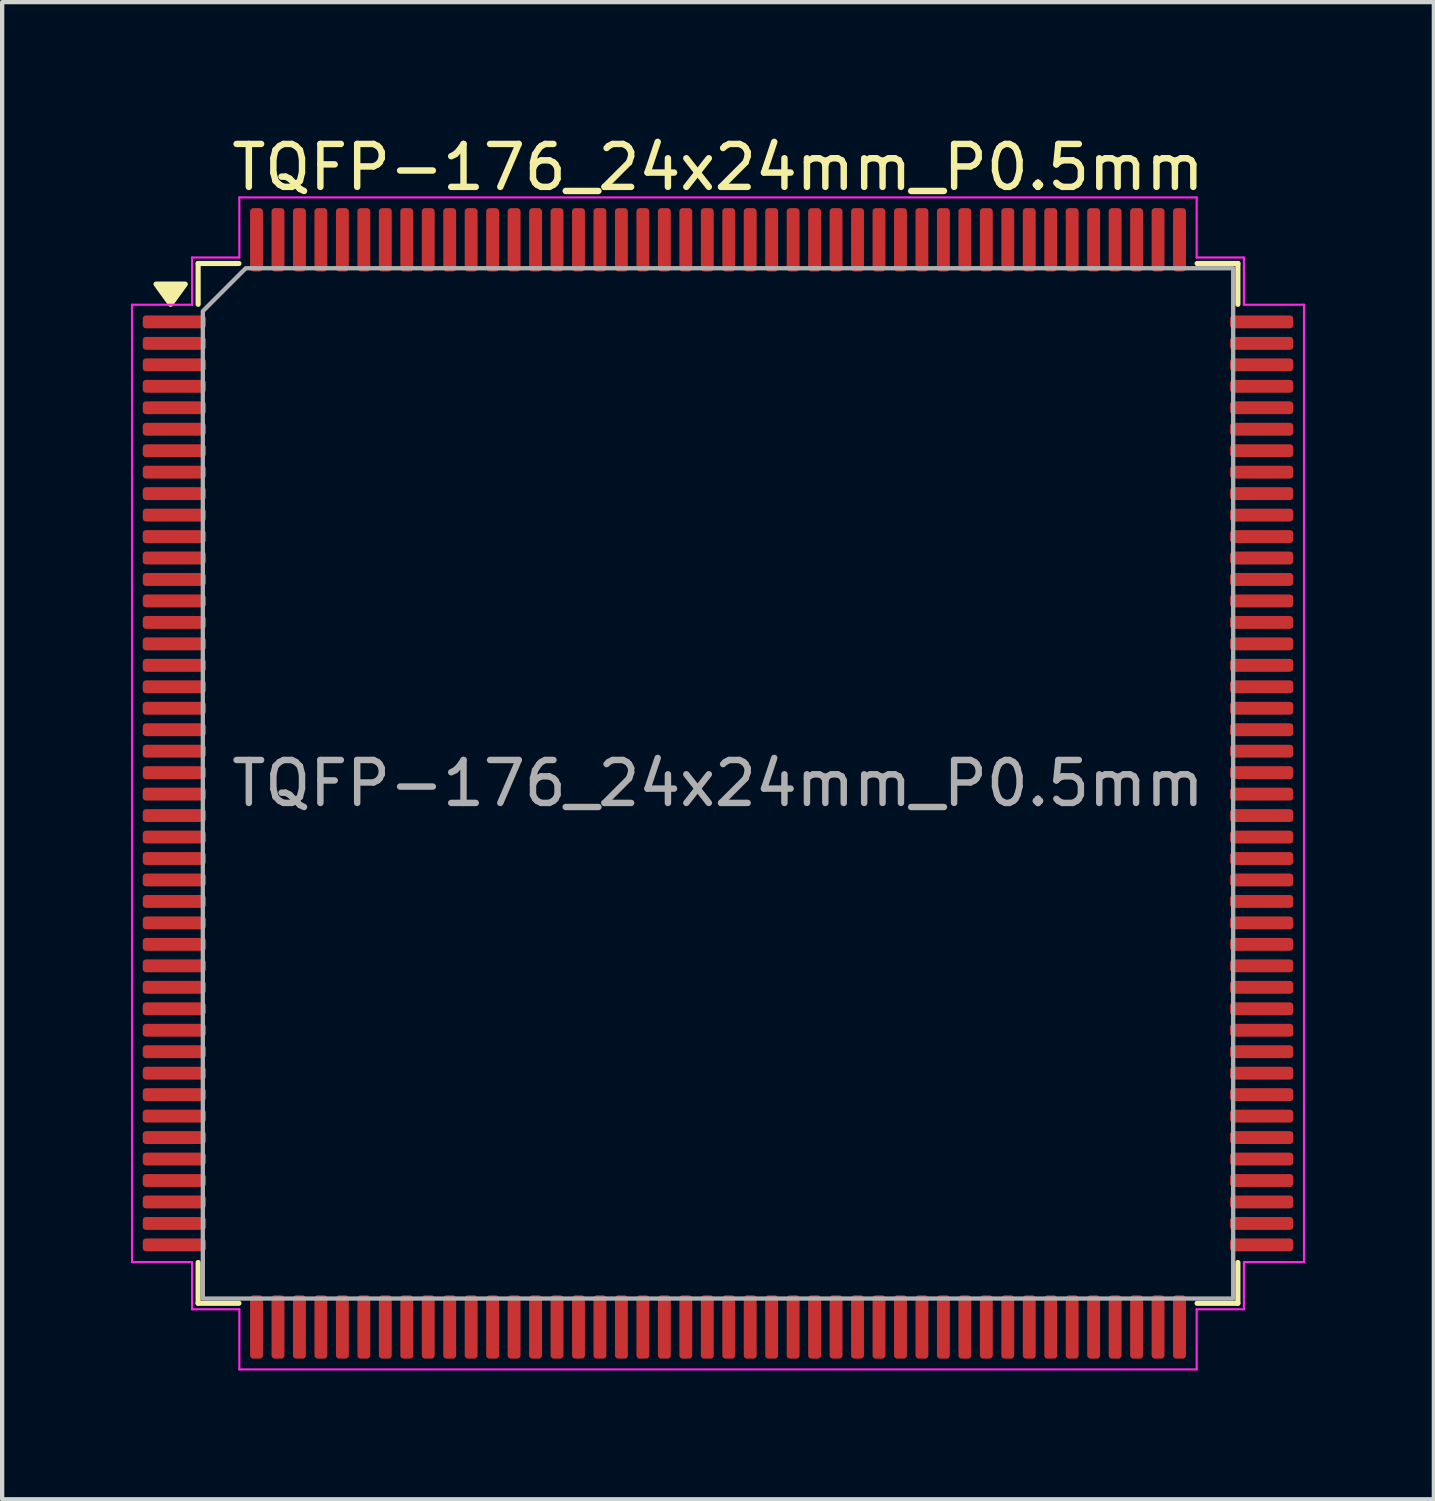
<source format=kicad_pcb>
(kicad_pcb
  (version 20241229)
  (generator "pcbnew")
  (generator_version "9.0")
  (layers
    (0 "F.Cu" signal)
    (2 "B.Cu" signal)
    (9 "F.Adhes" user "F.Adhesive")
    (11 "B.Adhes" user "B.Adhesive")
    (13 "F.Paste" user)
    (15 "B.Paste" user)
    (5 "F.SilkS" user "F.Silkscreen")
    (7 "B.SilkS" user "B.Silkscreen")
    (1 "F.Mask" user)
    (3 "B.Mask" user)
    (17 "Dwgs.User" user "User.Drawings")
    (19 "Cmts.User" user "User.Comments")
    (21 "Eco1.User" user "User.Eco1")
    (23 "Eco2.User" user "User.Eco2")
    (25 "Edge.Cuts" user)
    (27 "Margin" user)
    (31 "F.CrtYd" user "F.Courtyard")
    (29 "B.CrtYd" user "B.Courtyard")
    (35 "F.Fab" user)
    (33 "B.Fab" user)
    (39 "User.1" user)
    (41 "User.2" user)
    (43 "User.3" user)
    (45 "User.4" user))
  (footprint "TQFP-176_24x24mm_P0.5mm"
    (layer "F.Cu")
    (at 13.675 15.198)
    (property "Reference" "TQFP-176_24x24mm_P0.5mm" (at 0 -14.35 0) (layer "F.SilkS") (effects (font (size 1 1) (thickness 0.15))))
    (attr smd)
    (fp_line (start -12.11 -12.11) (end -11.16 -12.11) (stroke (width 0.12) (type solid)) (layer "F.SilkS"))
    (fp_line (start -12.11 -11.16) (end -12.11 -12.11) (stroke (width 0.12) (type solid)) (layer "F.SilkS"))
    (fp_line (start -12.11 12.11) (end -12.11 11.16) (stroke (width 0.12) (type solid)) (layer "F.SilkS"))
    (fp_line (start -11.16 12.11) (end -12.11 12.11) (stroke (width 0.12) (type solid)) (layer "F.SilkS"))
    (fp_line (start 11.16 -12.11) (end 12.11 -12.11) (stroke (width 0.12) (type solid)) (layer "F.SilkS"))
    (fp_line (start 12.11 -12.11) (end 12.11 -11.16) (stroke (width 0.12) (type solid)) (layer "F.SilkS"))
    (fp_line (start 12.11 11.16) (end 12.11 12.11) (stroke (width 0.12) (type solid)) (layer "F.SilkS"))
    (fp_line (start 12.11 12.11) (end 11.16 12.11) (stroke (width 0.12) (type solid)) (layer "F.SilkS"))
    (fp_poly (pts (xy -12.75 -11.16) (xy -13.09 -11.63) (xy -12.41 -11.63)) (stroke (width 0.12) (type solid)) (fill yes) (layer "F.SilkS"))
    (fp_line (start -13.65 -11.15) (end -12.25 -11.15) (stroke (width 0.05) (type solid)) (layer "F.CrtYd"))
    (fp_line (start -13.65 11.15) (end -13.65 -11.15) (stroke (width 0.05) (type solid)) (layer "F.CrtYd"))
    (fp_line (start -12.25 -12.25) (end -11.15 -12.25) (stroke (width 0.05) (type solid)) (layer "F.CrtYd"))
    (fp_line (start -12.25 -11.15) (end -12.25 -12.25) (stroke (width 0.05) (type solid)) (layer "F.CrtYd"))
    (fp_line (start -12.25 11.15) (end -13.65 11.15) (stroke (width 0.05) (type solid)) (layer "F.CrtYd"))
    (fp_line (start -12.25 12.25) (end -12.25 11.15) (stroke (width 0.05) (type solid)) (layer "F.CrtYd"))
    (fp_line (start -11.15 -13.65) (end 11.15 -13.65) (stroke (width 0.05) (type solid)) (layer "F.CrtYd"))
    (fp_line (start -11.15 -12.25) (end -11.15 -13.65) (stroke (width 0.05) (type solid)) (layer "F.CrtYd"))
    (fp_line (start -11.15 12.25) (end -12.25 12.25) (stroke (width 0.05) (type solid)) (layer "F.CrtYd"))
    (fp_line (start -11.15 13.65) (end -11.15 12.25) (stroke (width 0.05) (type solid)) (layer "F.CrtYd"))
    (fp_line (start 11.15 -13.65) (end 11.15 -12.25) (stroke (width 0.05) (type solid)) (layer "F.CrtYd"))
    (fp_line (start 11.15 -12.25) (end 12.25 -12.25) (stroke (width 0.05) (type solid)) (layer "F.CrtYd"))
    (fp_line (start 11.15 12.25) (end 11.15 13.65) (stroke (width 0.05) (type solid)) (layer "F.CrtYd"))
    (fp_line (start 11.15 13.65) (end -11.15 13.65) (stroke (width 0.05) (type solid)) (layer "F.CrtYd"))
    (fp_line (start 12.25 -12.25) (end 12.25 -11.15) (stroke (width 0.05) (type solid)) (layer "F.CrtYd"))
    (fp_line (start 12.25 -11.15) (end 13.65 -11.15) (stroke (width 0.05) (type solid)) (layer "F.CrtYd"))
    (fp_line (start 12.25 11.15) (end 12.25 12.25) (stroke (width 0.05) (type solid)) (layer "F.CrtYd"))
    (fp_line (start 12.25 12.25) (end 11.15 12.25) (stroke (width 0.05) (type solid)) (layer "F.CrtYd"))
    (fp_line (start 13.65 -11.15) (end 13.65 11.15) (stroke (width 0.05) (type solid)) (layer "F.CrtYd"))
    (fp_line (start 13.65 11.15) (end 12.25 11.15) (stroke (width 0.05) (type solid)) (layer "F.CrtYd"))
    (fp_poly (pts (xy -12 -11) (xy -12 12) (xy 12 12) (xy 12 -12) (xy -11 -12)) (stroke (width 0.1) (type solid)) (fill no) (layer "F.Fab"))
    (fp_text user "${REFERENCE}" (at 0 0 0) (layer "F.Fab") (effects (font (size 1 1) (thickness 0.15))))
    (pad "1" smd roundrect (at -12.662 -10.75) (size 1.475 0.3) (layers "F.Cu" "F.Mask" "F.Paste") (roundrect_rratio 0.25))
    (pad "2" smd roundrect (at -12.662 -10.25) (size 1.475 0.3) (layers "F.Cu" "F.Mask" "F.Paste") (roundrect_rratio 0.25))
    (pad "3" smd roundrect (at -12.662 -9.75) (size 1.475 0.3) (layers "F.Cu" "F.Mask" "F.Paste") (roundrect_rratio 0.25))
    (pad "4" smd roundrect (at -12.662 -9.25) (size 1.475 0.3) (layers "F.Cu" "F.Mask" "F.Paste") (roundrect_rratio 0.25))
    (pad "5" smd roundrect (at -12.662 -8.75) (size 1.475 0.3) (layers "F.Cu" "F.Mask" "F.Paste") (roundrect_rratio 0.25))
    (pad "6" smd roundrect (at -12.662 -8.25) (size 1.475 0.3) (layers "F.Cu" "F.Mask" "F.Paste") (roundrect_rratio 0.25))
    (pad "7" smd roundrect (at -12.662 -7.75) (size 1.475 0.3) (layers "F.Cu" "F.Mask" "F.Paste") (roundrect_rratio 0.25))
    (pad "8" smd roundrect (at -12.662 -7.25) (size 1.475 0.3) (layers "F.Cu" "F.Mask" "F.Paste") (roundrect_rratio 0.25))
    (pad "9" smd roundrect (at -12.662 -6.75) (size 1.475 0.3) (layers "F.Cu" "F.Mask" "F.Paste") (roundrect_rratio 0.25))
    (pad "10" smd roundrect (at -12.662 -6.25) (size 1.475 0.3) (layers "F.Cu" "F.Mask" "F.Paste") (roundrect_rratio 0.25))
    (pad "11" smd roundrect (at -12.662 -5.75) (size 1.475 0.3) (layers "F.Cu" "F.Mask" "F.Paste") (roundrect_rratio 0.25))
    (pad "12" smd roundrect (at -12.662 -5.25) (size 1.475 0.3) (layers "F.Cu" "F.Mask" "F.Paste") (roundrect_rratio 0.25))
    (pad "13" smd roundrect (at -12.662 -4.75) (size 1.475 0.3) (layers "F.Cu" "F.Mask" "F.Paste") (roundrect_rratio 0.25))
    (pad "14" smd roundrect (at -12.662 -4.25) (size 1.475 0.3) (layers "F.Cu" "F.Mask" "F.Paste") (roundrect_rratio 0.25))
    (pad "15" smd roundrect (at -12.662 -3.75) (size 1.475 0.3) (layers "F.Cu" "F.Mask" "F.Paste") (roundrect_rratio 0.25))
    (pad "16" smd roundrect (at -12.662 -3.25) (size 1.475 0.3) (layers "F.Cu" "F.Mask" "F.Paste") (roundrect_rratio 0.25))
    (pad "17" smd roundrect (at -12.662 -2.75) (size 1.475 0.3) (layers "F.Cu" "F.Mask" "F.Paste") (roundrect_rratio 0.25))
    (pad "18" smd roundrect (at -12.662 -2.25) (size 1.475 0.3) (layers "F.Cu" "F.Mask" "F.Paste") (roundrect_rratio 0.25))
    (pad "19" smd roundrect (at -12.662 -1.75) (size 1.475 0.3) (layers "F.Cu" "F.Mask" "F.Paste") (roundrect_rratio 0.25))
    (pad "20" smd roundrect (at -12.662 -1.25) (size 1.475 0.3) (layers "F.Cu" "F.Mask" "F.Paste") (roundrect_rratio 0.25))
    (pad "21" smd roundrect (at -12.662 -0.75) (size 1.475 0.3) (layers "F.Cu" "F.Mask" "F.Paste") (roundrect_rratio 0.25))
    (pad "22" smd roundrect (at -12.662 -0.25) (size 1.475 0.3) (layers "F.Cu" "F.Mask" "F.Paste") (roundrect_rratio 0.25))
    (pad "23" smd roundrect (at -12.662 0.25) (size 1.475 0.3) (layers "F.Cu" "F.Mask" "F.Paste") (roundrect_rratio 0.25))
    (pad "24" smd roundrect (at -12.662 0.75) (size 1.475 0.3) (layers "F.Cu" "F.Mask" "F.Paste") (roundrect_rratio 0.25))
    (pad "25" smd roundrect (at -12.662 1.25) (size 1.475 0.3) (layers "F.Cu" "F.Mask" "F.Paste") (roundrect_rratio 0.25))
    (pad "26" smd roundrect (at -12.662 1.75) (size 1.475 0.3) (layers "F.Cu" "F.Mask" "F.Paste") (roundrect_rratio 0.25))
    (pad "27" smd roundrect (at -12.662 2.25) (size 1.475 0.3) (layers "F.Cu" "F.Mask" "F.Paste") (roundrect_rratio 0.25))
    (pad "28" smd roundrect (at -12.662 2.75) (size 1.475 0.3) (layers "F.Cu" "F.Mask" "F.Paste") (roundrect_rratio 0.25))
    (pad "29" smd roundrect (at -12.662 3.25) (size 1.475 0.3) (layers "F.Cu" "F.Mask" "F.Paste") (roundrect_rratio 0.25))
    (pad "30" smd roundrect (at -12.662 3.75) (size 1.475 0.3) (layers "F.Cu" "F.Mask" "F.Paste") (roundrect_rratio 0.25))
    (pad "31" smd roundrect (at -12.662 4.25) (size 1.475 0.3) (layers "F.Cu" "F.Mask" "F.Paste") (roundrect_rratio 0.25))
    (pad "32" smd roundrect (at -12.662 4.75) (size 1.475 0.3) (layers "F.Cu" "F.Mask" "F.Paste") (roundrect_rratio 0.25))
    (pad "33" smd roundrect (at -12.662 5.25) (size 1.475 0.3) (layers "F.Cu" "F.Mask" "F.Paste") (roundrect_rratio 0.25))
    (pad "34" smd roundrect (at -12.662 5.75) (size 1.475 0.3) (layers "F.Cu" "F.Mask" "F.Paste") (roundrect_rratio 0.25))
    (pad "35" smd roundrect (at -12.662 6.25) (size 1.475 0.3) (layers "F.Cu" "F.Mask" "F.Paste") (roundrect_rratio 0.25))
    (pad "36" smd roundrect (at -12.662 6.75) (size 1.475 0.3) (layers "F.Cu" "F.Mask" "F.Paste") (roundrect_rratio 0.25))
    (pad "37" smd roundrect (at -12.662 7.25) (size 1.475 0.3) (layers "F.Cu" "F.Mask" "F.Paste") (roundrect_rratio 0.25))
    (pad "38" smd roundrect (at -12.662 7.75) (size 1.475 0.3) (layers "F.Cu" "F.Mask" "F.Paste") (roundrect_rratio 0.25))
    (pad "39" smd roundrect (at -12.662 8.25) (size 1.475 0.3) (layers "F.Cu" "F.Mask" "F.Paste") (roundrect_rratio 0.25))
    (pad "40" smd roundrect (at -12.662 8.75) (size 1.475 0.3) (layers "F.Cu" "F.Mask" "F.Paste") (roundrect_rratio 0.25))
    (pad "41" smd roundrect (at -12.662 9.25) (size 1.475 0.3) (layers "F.Cu" "F.Mask" "F.Paste") (roundrect_rratio 0.25))
    (pad "42" smd roundrect (at -12.662 9.75) (size 1.475 0.3) (layers "F.Cu" "F.Mask" "F.Paste") (roundrect_rratio 0.25))
    (pad "43" smd roundrect (at -12.662 10.25) (size 1.475 0.3) (layers "F.Cu" "F.Mask" "F.Paste") (roundrect_rratio 0.25))
    (pad "44" smd roundrect (at -12.662 10.75) (size 1.475 0.3) (layers "F.Cu" "F.Mask" "F.Paste") (roundrect_rratio 0.25))
    (pad "45" smd roundrect (at -10.75 12.662) (size 0.3 1.475) (layers "F.Cu" "F.Mask" "F.Paste") (roundrect_rratio 0.25))
    (pad "46" smd roundrect (at -10.25 12.662) (size 0.3 1.475) (layers "F.Cu" "F.Mask" "F.Paste") (roundrect_rratio 0.25))
    (pad "47" smd roundrect (at -9.75 12.662) (size 0.3 1.475) (layers "F.Cu" "F.Mask" "F.Paste") (roundrect_rratio 0.25))
    (pad "48" smd roundrect (at -9.25 12.662) (size 0.3 1.475) (layers "F.Cu" "F.Mask" "F.Paste") (roundrect_rratio 0.25))
    (pad "49" smd roundrect (at -8.75 12.662) (size 0.3 1.475) (layers "F.Cu" "F.Mask" "F.Paste") (roundrect_rratio 0.25))
    (pad "50" smd roundrect (at -8.25 12.662) (size 0.3 1.475) (layers "F.Cu" "F.Mask" "F.Paste") (roundrect_rratio 0.25))
    (pad "51" smd roundrect (at -7.75 12.662) (size 0.3 1.475) (layers "F.Cu" "F.Mask" "F.Paste") (roundrect_rratio 0.25))
    (pad "52" smd roundrect (at -7.25 12.662) (size 0.3 1.475) (layers "F.Cu" "F.Mask" "F.Paste") (roundrect_rratio 0.25))
    (pad "53" smd roundrect (at -6.75 12.662) (size 0.3 1.475) (layers "F.Cu" "F.Mask" "F.Paste") (roundrect_rratio 0.25))
    (pad "54" smd roundrect (at -6.25 12.662) (size 0.3 1.475) (layers "F.Cu" "F.Mask" "F.Paste") (roundrect_rratio 0.25))
    (pad "55" smd roundrect (at -5.75 12.662) (size 0.3 1.475) (layers "F.Cu" "F.Mask" "F.Paste") (roundrect_rratio 0.25))
    (pad "56" smd roundrect (at -5.25 12.662) (size 0.3 1.475) (layers "F.Cu" "F.Mask" "F.Paste") (roundrect_rratio 0.25))
    (pad "57" smd roundrect (at -4.75 12.662) (size 0.3 1.475) (layers "F.Cu" "F.Mask" "F.Paste") (roundrect_rratio 0.25))
    (pad "58" smd roundrect (at -4.25 12.662) (size 0.3 1.475) (layers "F.Cu" "F.Mask" "F.Paste") (roundrect_rratio 0.25))
    (pad "59" smd roundrect (at -3.75 12.662) (size 0.3 1.475) (layers "F.Cu" "F.Mask" "F.Paste") (roundrect_rratio 0.25))
    (pad "60" smd roundrect (at -3.25 12.662) (size 0.3 1.475) (layers "F.Cu" "F.Mask" "F.Paste") (roundrect_rratio 0.25))
    (pad "61" smd roundrect (at -2.75 12.662) (size 0.3 1.475) (layers "F.Cu" "F.Mask" "F.Paste") (roundrect_rratio 0.25))
    (pad "62" smd roundrect (at -2.25 12.662) (size 0.3 1.475) (layers "F.Cu" "F.Mask" "F.Paste") (roundrect_rratio 0.25))
    (pad "63" smd roundrect (at -1.75 12.662) (size 0.3 1.475) (layers "F.Cu" "F.Mask" "F.Paste") (roundrect_rratio 0.25))
    (pad "64" smd roundrect (at -1.25 12.662) (size 0.3 1.475) (layers "F.Cu" "F.Mask" "F.Paste") (roundrect_rratio 0.25))
    (pad "65" smd roundrect (at -0.75 12.662) (size 0.3 1.475) (layers "F.Cu" "F.Mask" "F.Paste") (roundrect_rratio 0.25))
    (pad "66" smd roundrect (at -0.25 12.662) (size 0.3 1.475) (layers "F.Cu" "F.Mask" "F.Paste") (roundrect_rratio 0.25))
    (pad "67" smd roundrect (at 0.25 12.662) (size 0.3 1.475) (layers "F.Cu" "F.Mask" "F.Paste") (roundrect_rratio 0.25))
    (pad "68" smd roundrect (at 0.75 12.662) (size 0.3 1.475) (layers "F.Cu" "F.Mask" "F.Paste") (roundrect_rratio 0.25))
    (pad "69" smd roundrect (at 1.25 12.662) (size 0.3 1.475) (layers "F.Cu" "F.Mask" "F.Paste") (roundrect_rratio 0.25))
    (pad "70" smd roundrect (at 1.75 12.662) (size 0.3 1.475) (layers "F.Cu" "F.Mask" "F.Paste") (roundrect_rratio 0.25))
    (pad "71" smd roundrect (at 2.25 12.662) (size 0.3 1.475) (layers "F.Cu" "F.Mask" "F.Paste") (roundrect_rratio 0.25))
    (pad "72" smd roundrect (at 2.75 12.662) (size 0.3 1.475) (layers "F.Cu" "F.Mask" "F.Paste") (roundrect_rratio 0.25))
    (pad "73" smd roundrect (at 3.25 12.662) (size 0.3 1.475) (layers "F.Cu" "F.Mask" "F.Paste") (roundrect_rratio 0.25))
    (pad "74" smd roundrect (at 3.75 12.662) (size 0.3 1.475) (layers "F.Cu" "F.Mask" "F.Paste") (roundrect_rratio 0.25))
    (pad "75" smd roundrect (at 4.25 12.662) (size 0.3 1.475) (layers "F.Cu" "F.Mask" "F.Paste") (roundrect_rratio 0.25))
    (pad "76" smd roundrect (at 4.75 12.662) (size 0.3 1.475) (layers "F.Cu" "F.Mask" "F.Paste") (roundrect_rratio 0.25))
    (pad "77" smd roundrect (at 5.25 12.662) (size 0.3 1.475) (layers "F.Cu" "F.Mask" "F.Paste") (roundrect_rratio 0.25))
    (pad "78" smd roundrect (at 5.75 12.662) (size 0.3 1.475) (layers "F.Cu" "F.Mask" "F.Paste") (roundrect_rratio 0.25))
    (pad "79" smd roundrect (at 6.25 12.662) (size 0.3 1.475) (layers "F.Cu" "F.Mask" "F.Paste") (roundrect_rratio 0.25))
    (pad "80" smd roundrect (at 6.75 12.662) (size 0.3 1.475) (layers "F.Cu" "F.Mask" "F.Paste") (roundrect_rratio 0.25))
    (pad "81" smd roundrect (at 7.25 12.662) (size 0.3 1.475) (layers "F.Cu" "F.Mask" "F.Paste") (roundrect_rratio 0.25))
    (pad "82" smd roundrect (at 7.75 12.662) (size 0.3 1.475) (layers "F.Cu" "F.Mask" "F.Paste") (roundrect_rratio 0.25))
    (pad "83" smd roundrect (at 8.25 12.662) (size 0.3 1.475) (layers "F.Cu" "F.Mask" "F.Paste") (roundrect_rratio 0.25))
    (pad "84" smd roundrect (at 8.75 12.662) (size 0.3 1.475) (layers "F.Cu" "F.Mask" "F.Paste") (roundrect_rratio 0.25))
    (pad "85" smd roundrect (at 9.25 12.662) (size 0.3 1.475) (layers "F.Cu" "F.Mask" "F.Paste") (roundrect_rratio 0.25))
    (pad "86" smd roundrect (at 9.75 12.662) (size 0.3 1.475) (layers "F.Cu" "F.Mask" "F.Paste") (roundrect_rratio 0.25))
    (pad "87" smd roundrect (at 10.25 12.662) (size 0.3 1.475) (layers "F.Cu" "F.Mask" "F.Paste") (roundrect_rratio 0.25))
    (pad "88" smd roundrect (at 10.75 12.662) (size 0.3 1.475) (layers "F.Cu" "F.Mask" "F.Paste") (roundrect_rratio 0.25))
    (pad "89" smd roundrect (at 12.662 10.75) (size 1.475 0.3) (layers "F.Cu" "F.Mask" "F.Paste") (roundrect_rratio 0.25))
    (pad "90" smd roundrect (at 12.662 10.25) (size 1.475 0.3) (layers "F.Cu" "F.Mask" "F.Paste") (roundrect_rratio 0.25))
    (pad "91" smd roundrect (at 12.662 9.75) (size 1.475 0.3) (layers "F.Cu" "F.Mask" "F.Paste") (roundrect_rratio 0.25))
    (pad "92" smd roundrect (at 12.662 9.25) (size 1.475 0.3) (layers "F.Cu" "F.Mask" "F.Paste") (roundrect_rratio 0.25))
    (pad "93" smd roundrect (at 12.662 8.75) (size 1.475 0.3) (layers "F.Cu" "F.Mask" "F.Paste") (roundrect_rratio 0.25))
    (pad "94" smd roundrect (at 12.662 8.25) (size 1.475 0.3) (layers "F.Cu" "F.Mask" "F.Paste") (roundrect_rratio 0.25))
    (pad "95" smd roundrect (at 12.662 7.75) (size 1.475 0.3) (layers "F.Cu" "F.Mask" "F.Paste") (roundrect_rratio 0.25))
    (pad "96" smd roundrect (at 12.662 7.25) (size 1.475 0.3) (layers "F.Cu" "F.Mask" "F.Paste") (roundrect_rratio 0.25))
    (pad "97" smd roundrect (at 12.662 6.75) (size 1.475 0.3) (layers "F.Cu" "F.Mask" "F.Paste") (roundrect_rratio 0.25))
    (pad "98" smd roundrect (at 12.662 6.25) (size 1.475 0.3) (layers "F.Cu" "F.Mask" "F.Paste") (roundrect_rratio 0.25))
    (pad "99" smd roundrect (at 12.662 5.75) (size 1.475 0.3) (layers "F.Cu" "F.Mask" "F.Paste") (roundrect_rratio 0.25))
    (pad "100" smd roundrect (at 12.662 5.25) (size 1.475 0.3) (layers "F.Cu" "F.Mask" "F.Paste") (roundrect_rratio 0.25))
    (pad "101" smd roundrect (at 12.662 4.75) (size 1.475 0.3) (layers "F.Cu" "F.Mask" "F.Paste") (roundrect_rratio 0.25))
    (pad "102" smd roundrect (at 12.662 4.25) (size 1.475 0.3) (layers "F.Cu" "F.Mask" "F.Paste") (roundrect_rratio 0.25))
    (pad "103" smd roundrect (at 12.662 3.75) (size 1.475 0.3) (layers "F.Cu" "F.Mask" "F.Paste") (roundrect_rratio 0.25))
    (pad "104" smd roundrect (at 12.662 3.25) (size 1.475 0.3) (layers "F.Cu" "F.Mask" "F.Paste") (roundrect_rratio 0.25))
    (pad "105" smd roundrect (at 12.662 2.75) (size 1.475 0.3) (layers "F.Cu" "F.Mask" "F.Paste") (roundrect_rratio 0.25))
    (pad "106" smd roundrect (at 12.662 2.25) (size 1.475 0.3) (layers "F.Cu" "F.Mask" "F.Paste") (roundrect_rratio 0.25))
    (pad "107" smd roundrect (at 12.662 1.75) (size 1.475 0.3) (layers "F.Cu" "F.Mask" "F.Paste") (roundrect_rratio 0.25))
    (pad "108" smd roundrect (at 12.662 1.25) (size 1.475 0.3) (layers "F.Cu" "F.Mask" "F.Paste") (roundrect_rratio 0.25))
    (pad "109" smd roundrect (at 12.662 0.75) (size 1.475 0.3) (layers "F.Cu" "F.Mask" "F.Paste") (roundrect_rratio 0.25))
    (pad "110" smd roundrect (at 12.662 0.25) (size 1.475 0.3) (layers "F.Cu" "F.Mask" "F.Paste") (roundrect_rratio 0.25))
    (pad "111" smd roundrect (at 12.662 -0.25) (size 1.475 0.3) (layers "F.Cu" "F.Mask" "F.Paste") (roundrect_rratio 0.25))
    (pad "112" smd roundrect (at 12.662 -0.75) (size 1.475 0.3) (layers "F.Cu" "F.Mask" "F.Paste") (roundrect_rratio 0.25))
    (pad "113" smd roundrect (at 12.662 -1.25) (size 1.475 0.3) (layers "F.Cu" "F.Mask" "F.Paste") (roundrect_rratio 0.25))
    (pad "114" smd roundrect (at 12.662 -1.75) (size 1.475 0.3) (layers "F.Cu" "F.Mask" "F.Paste") (roundrect_rratio 0.25))
    (pad "115" smd roundrect (at 12.662 -2.25) (size 1.475 0.3) (layers "F.Cu" "F.Mask" "F.Paste") (roundrect_rratio 0.25))
    (pad "116" smd roundrect (at 12.662 -2.75) (size 1.475 0.3) (layers "F.Cu" "F.Mask" "F.Paste") (roundrect_rratio 0.25))
    (pad "117" smd roundrect (at 12.662 -3.25) (size 1.475 0.3) (layers "F.Cu" "F.Mask" "F.Paste") (roundrect_rratio 0.25))
    (pad "118" smd roundrect (at 12.662 -3.75) (size 1.475 0.3) (layers "F.Cu" "F.Mask" "F.Paste") (roundrect_rratio 0.25))
    (pad "119" smd roundrect (at 12.662 -4.25) (size 1.475 0.3) (layers "F.Cu" "F.Mask" "F.Paste") (roundrect_rratio 0.25))
    (pad "120" smd roundrect (at 12.662 -4.75) (size 1.475 0.3) (layers "F.Cu" "F.Mask" "F.Paste") (roundrect_rratio 0.25))
    (pad "121" smd roundrect (at 12.662 -5.25) (size 1.475 0.3) (layers "F.Cu" "F.Mask" "F.Paste") (roundrect_rratio 0.25))
    (pad "122" smd roundrect (at 12.662 -5.75) (size 1.475 0.3) (layers "F.Cu" "F.Mask" "F.Paste") (roundrect_rratio 0.25))
    (pad "123" smd roundrect (at 12.662 -6.25) (size 1.475 0.3) (layers "F.Cu" "F.Mask" "F.Paste") (roundrect_rratio 0.25))
    (pad "124" smd roundrect (at 12.662 -6.75) (size 1.475 0.3) (layers "F.Cu" "F.Mask" "F.Paste") (roundrect_rratio 0.25))
    (pad "125" smd roundrect (at 12.662 -7.25) (size 1.475 0.3) (layers "F.Cu" "F.Mask" "F.Paste") (roundrect_rratio 0.25))
    (pad "126" smd roundrect (at 12.662 -7.75) (size 1.475 0.3) (layers "F.Cu" "F.Mask" "F.Paste") (roundrect_rratio 0.25))
    (pad "127" smd roundrect (at 12.662 -8.25) (size 1.475 0.3) (layers "F.Cu" "F.Mask" "F.Paste") (roundrect_rratio 0.25))
    (pad "128" smd roundrect (at 12.662 -8.75) (size 1.475 0.3) (layers "F.Cu" "F.Mask" "F.Paste") (roundrect_rratio 0.25))
    (pad "129" smd roundrect (at 12.662 -9.25) (size 1.475 0.3) (layers "F.Cu" "F.Mask" "F.Paste") (roundrect_rratio 0.25))
    (pad "130" smd roundrect (at 12.662 -9.75) (size 1.475 0.3) (layers "F.Cu" "F.Mask" "F.Paste") (roundrect_rratio 0.25))
    (pad "131" smd roundrect (at 12.662 -10.25) (size 1.475 0.3) (layers "F.Cu" "F.Mask" "F.Paste") (roundrect_rratio 0.25))
    (pad "132" smd roundrect (at 12.662 -10.75) (size 1.475 0.3) (layers "F.Cu" "F.Mask" "F.Paste") (roundrect_rratio 0.25))
    (pad "133" smd roundrect (at 10.75 -12.662) (size 0.3 1.475) (layers "F.Cu" "F.Mask" "F.Paste") (roundrect_rratio 0.25))
    (pad "134" smd roundrect (at 10.25 -12.662) (size 0.3 1.475) (layers "F.Cu" "F.Mask" "F.Paste") (roundrect_rratio 0.25))
    (pad "135" smd roundrect (at 9.75 -12.662) (size 0.3 1.475) (layers "F.Cu" "F.Mask" "F.Paste") (roundrect_rratio 0.25))
    (pad "136" smd roundrect (at 9.25 -12.662) (size 0.3 1.475) (layers "F.Cu" "F.Mask" "F.Paste") (roundrect_rratio 0.25))
    (pad "137" smd roundrect (at 8.75 -12.662) (size 0.3 1.475) (layers "F.Cu" "F.Mask" "F.Paste") (roundrect_rratio 0.25))
    (pad "138" smd roundrect (at 8.25 -12.662) (size 0.3 1.475) (layers "F.Cu" "F.Mask" "F.Paste") (roundrect_rratio 0.25))
    (pad "139" smd roundrect (at 7.75 -12.662) (size 0.3 1.475) (layers "F.Cu" "F.Mask" "F.Paste") (roundrect_rratio 0.25))
    (pad "140" smd roundrect (at 7.25 -12.662) (size 0.3 1.475) (layers "F.Cu" "F.Mask" "F.Paste") (roundrect_rratio 0.25))
    (pad "141" smd roundrect (at 6.75 -12.662) (size 0.3 1.475) (layers "F.Cu" "F.Mask" "F.Paste") (roundrect_rratio 0.25))
    (pad "142" smd roundrect (at 6.25 -12.662) (size 0.3 1.475) (layers "F.Cu" "F.Mask" "F.Paste") (roundrect_rratio 0.25))
    (pad "143" smd roundrect (at 5.75 -12.662) (size 0.3 1.475) (layers "F.Cu" "F.Mask" "F.Paste") (roundrect_rratio 0.25))
    (pad "144" smd roundrect (at 5.25 -12.662) (size 0.3 1.475) (layers "F.Cu" "F.Mask" "F.Paste") (roundrect_rratio 0.25))
    (pad "145" smd roundrect (at 4.75 -12.662) (size 0.3 1.475) (layers "F.Cu" "F.Mask" "F.Paste") (roundrect_rratio 0.25))
    (pad "146" smd roundrect (at 4.25 -12.662) (size 0.3 1.475) (layers "F.Cu" "F.Mask" "F.Paste") (roundrect_rratio 0.25))
    (pad "147" smd roundrect (at 3.75 -12.662) (size 0.3 1.475) (layers "F.Cu" "F.Mask" "F.Paste") (roundrect_rratio 0.25))
    (pad "148" smd roundrect (at 3.25 -12.662) (size 0.3 1.475) (layers "F.Cu" "F.Mask" "F.Paste") (roundrect_rratio 0.25))
    (pad "149" smd roundrect (at 2.75 -12.662) (size 0.3 1.475) (layers "F.Cu" "F.Mask" "F.Paste") (roundrect_rratio 0.25))
    (pad "150" smd roundrect (at 2.25 -12.662) (size 0.3 1.475) (layers "F.Cu" "F.Mask" "F.Paste") (roundrect_rratio 0.25))
    (pad "151" smd roundrect (at 1.75 -12.662) (size 0.3 1.475) (layers "F.Cu" "F.Mask" "F.Paste") (roundrect_rratio 0.25))
    (pad "152" smd roundrect (at 1.25 -12.662) (size 0.3 1.475) (layers "F.Cu" "F.Mask" "F.Paste") (roundrect_rratio 0.25))
    (pad "153" smd roundrect (at 0.75 -12.662) (size 0.3 1.475) (layers "F.Cu" "F.Mask" "F.Paste") (roundrect_rratio 0.25))
    (pad "154" smd roundrect (at 0.25 -12.662) (size 0.3 1.475) (layers "F.Cu" "F.Mask" "F.Paste") (roundrect_rratio 0.25))
    (pad "155" smd roundrect (at -0.25 -12.662) (size 0.3 1.475) (layers "F.Cu" "F.Mask" "F.Paste") (roundrect_rratio 0.25))
    (pad "156" smd roundrect (at -0.75 -12.662) (size 0.3 1.475) (layers "F.Cu" "F.Mask" "F.Paste") (roundrect_rratio 0.25))
    (pad "157" smd roundrect (at -1.25 -12.662) (size 0.3 1.475) (layers "F.Cu" "F.Mask" "F.Paste") (roundrect_rratio 0.25))
    (pad "158" smd roundrect (at -1.75 -12.662) (size 0.3 1.475) (layers "F.Cu" "F.Mask" "F.Paste") (roundrect_rratio 0.25))
    (pad "159" smd roundrect (at -2.25 -12.662) (size 0.3 1.475) (layers "F.Cu" "F.Mask" "F.Paste") (roundrect_rratio 0.25))
    (pad "160" smd roundrect (at -2.75 -12.662) (size 0.3 1.475) (layers "F.Cu" "F.Mask" "F.Paste") (roundrect_rratio 0.25))
    (pad "161" smd roundrect (at -3.25 -12.662) (size 0.3 1.475) (layers "F.Cu" "F.Mask" "F.Paste") (roundrect_rratio 0.25))
    (pad "162" smd roundrect (at -3.75 -12.662) (size 0.3 1.475) (layers "F.Cu" "F.Mask" "F.Paste") (roundrect_rratio 0.25))
    (pad "163" smd roundrect (at -4.25 -12.662) (size 0.3 1.475) (layers "F.Cu" "F.Mask" "F.Paste") (roundrect_rratio 0.25))
    (pad "164" smd roundrect (at -4.75 -12.662) (size 0.3 1.475) (layers "F.Cu" "F.Mask" "F.Paste") (roundrect_rratio 0.25))
    (pad "165" smd roundrect (at -5.25 -12.662) (size 0.3 1.475) (layers "F.Cu" "F.Mask" "F.Paste") (roundrect_rratio 0.25))
    (pad "166" smd roundrect (at -5.75 -12.662) (size 0.3 1.475) (layers "F.Cu" "F.Mask" "F.Paste") (roundrect_rratio 0.25))
    (pad "167" smd roundrect (at -6.25 -12.662) (size 0.3 1.475) (layers "F.Cu" "F.Mask" "F.Paste") (roundrect_rratio 0.25))
    (pad "168" smd roundrect (at -6.75 -12.662) (size 0.3 1.475) (layers "F.Cu" "F.Mask" "F.Paste") (roundrect_rratio 0.25))
    (pad "169" smd roundrect (at -7.25 -12.662) (size 0.3 1.475) (layers "F.Cu" "F.Mask" "F.Paste") (roundrect_rratio 0.25))
    (pad "170" smd roundrect (at -7.75 -12.662) (size 0.3 1.475) (layers "F.Cu" "F.Mask" "F.Paste") (roundrect_rratio 0.25))
    (pad "171" smd roundrect (at -8.25 -12.662) (size 0.3 1.475) (layers "F.Cu" "F.Mask" "F.Paste") (roundrect_rratio 0.25))
    (pad "172" smd roundrect (at -8.75 -12.662) (size 0.3 1.475) (layers "F.Cu" "F.Mask" "F.Paste") (roundrect_rratio 0.25))
    (pad "173" smd roundrect (at -9.25 -12.662) (size 0.3 1.475) (layers "F.Cu" "F.Mask" "F.Paste") (roundrect_rratio 0.25))
    (pad "174" smd roundrect (at -9.75 -12.662) (size 0.3 1.475) (layers "F.Cu" "F.Mask" "F.Paste") (roundrect_rratio 0.25))
    (pad "175" smd roundrect (at -10.25 -12.662) (size 0.3 1.475) (layers "F.Cu" "F.Mask" "F.Paste") (roundrect_rratio 0.25))
    (pad "176" smd roundrect (at -10.75 -12.662) (size 0.3 1.475) (layers "F.Cu" "F.Mask" "F.Paste") (roundrect_rratio 0.25)))
  (gr_rect
    (start -3 -3)
    (end 30.35 31.873)
    (stroke (width 0.1) (type default))
    (fill no)
    (layer "Edge.Cuts")))
</source>
